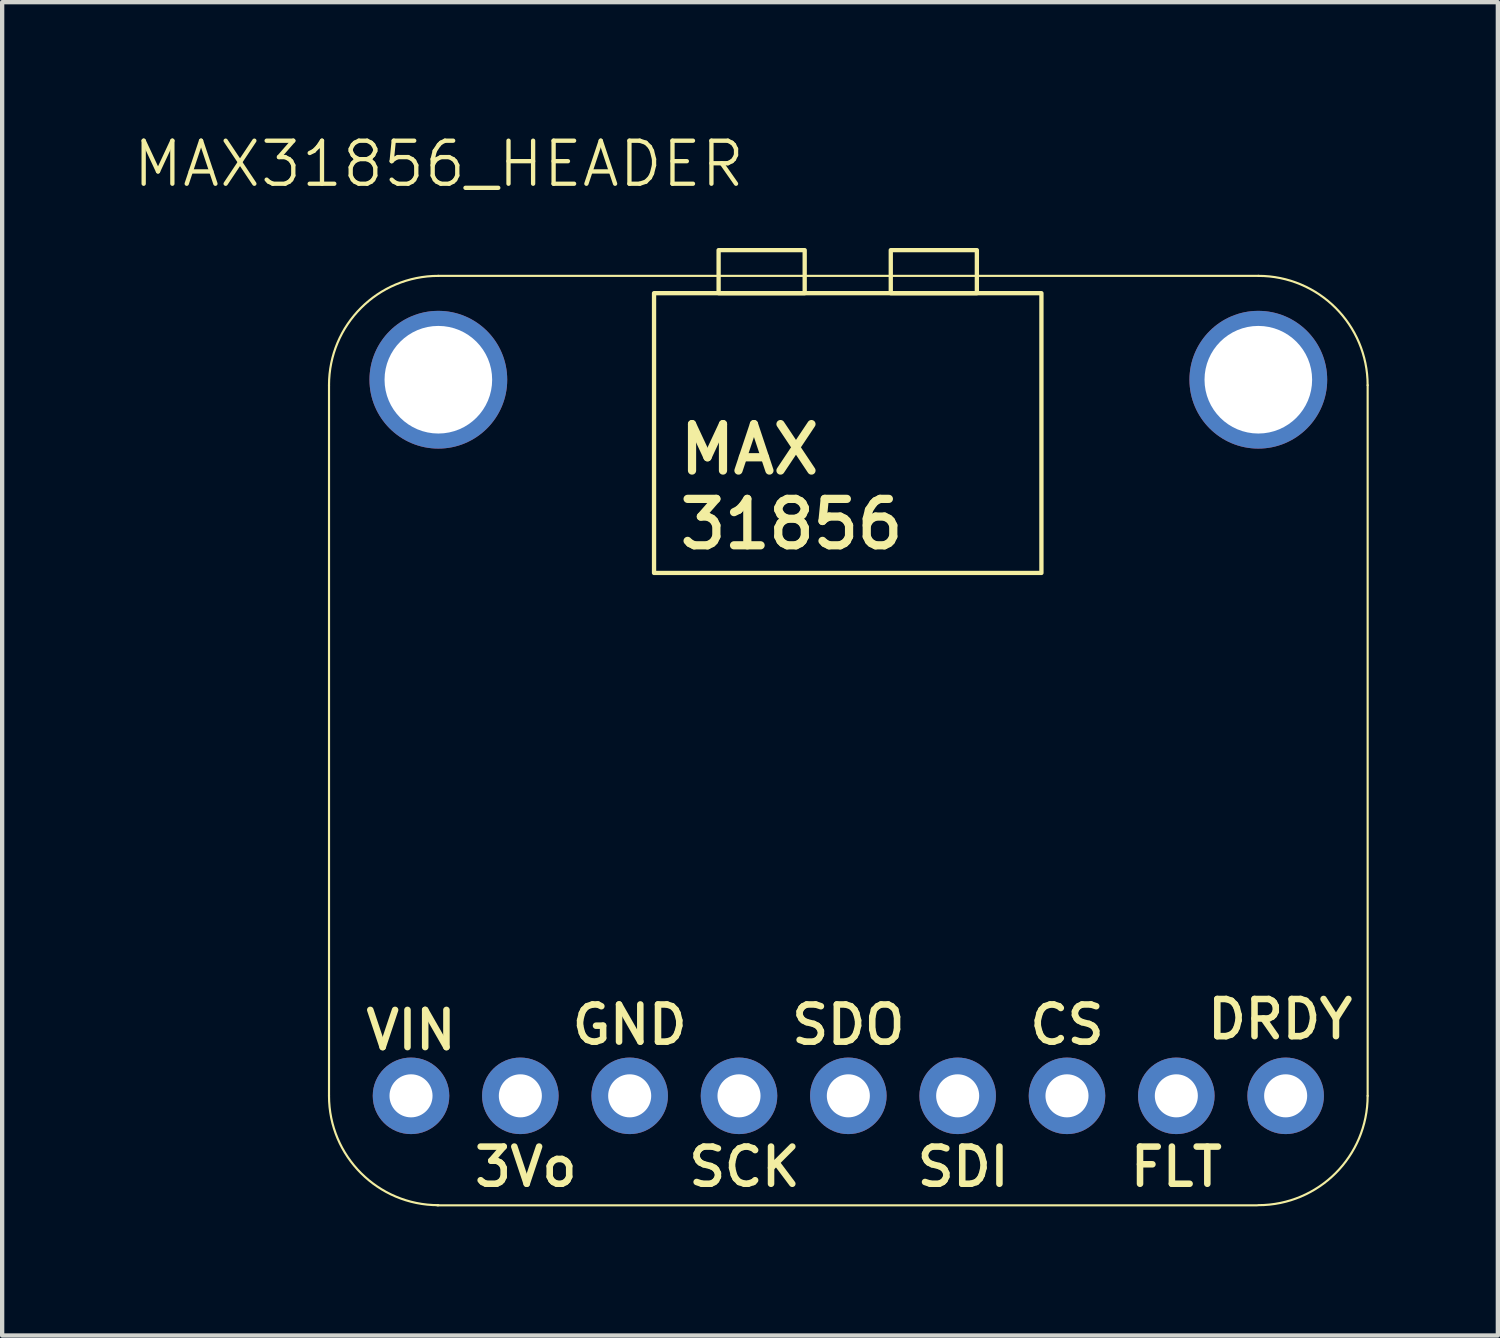
<source format=kicad_pcb>
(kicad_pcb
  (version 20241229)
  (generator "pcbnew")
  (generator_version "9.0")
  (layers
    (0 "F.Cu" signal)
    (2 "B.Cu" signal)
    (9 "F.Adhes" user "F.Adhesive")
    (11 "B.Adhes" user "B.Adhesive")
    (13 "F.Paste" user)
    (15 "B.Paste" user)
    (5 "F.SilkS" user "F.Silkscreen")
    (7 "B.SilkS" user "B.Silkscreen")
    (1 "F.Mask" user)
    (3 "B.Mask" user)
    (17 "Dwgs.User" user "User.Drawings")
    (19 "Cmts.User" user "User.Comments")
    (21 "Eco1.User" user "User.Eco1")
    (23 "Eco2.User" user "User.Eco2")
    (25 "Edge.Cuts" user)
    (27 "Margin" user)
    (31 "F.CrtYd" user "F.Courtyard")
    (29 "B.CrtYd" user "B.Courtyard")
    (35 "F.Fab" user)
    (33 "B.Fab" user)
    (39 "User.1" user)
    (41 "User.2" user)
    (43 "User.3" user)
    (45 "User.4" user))
  (footprint "MAX31856_HEADER"
    (layer "F.Cu")
    (at 7.145 5.761)
    (property "Reference" "MAX31856_HEADER" (at 0 -5 0) (unlocked yes) (layer "F.SilkS") (effects (font (size 1 1) (thickness 0.1))))
    (attr through_hole)
    (fp_line (start -2.551 16.648) (end -2.551 0.138) (stroke (width 0.05) (type solid)) (layer "F.SilkS"))
    (fp_line (start -0.011 -2.402) (end 19.039 -2.402) (stroke (width 0.05) (type solid)) (layer "F.SilkS"))
    (fp_line (start 19.013 19.192) (end -0.037 19.192) (stroke (width 0.05) (type solid)) (layer "F.SilkS"))
    (fp_line (start 21.579 0.138) (end 21.579 16.648) (stroke (width 0.05) (type solid)) (layer "F.SilkS"))
    (fp_rect (start 5 -2) (end 14 4.5) (stroke (width 0.1) (type default)) (fill no) (layer "F.SilkS"))
    (fp_rect (start 6.5 -3) (end 8.5 -2) (stroke (width 0.1) (type default)) (fill no) (layer "F.SilkS"))
    (fp_rect (start 10.5 -3) (end 12.5 -2) (stroke (width 0.1) (type default)) (fill no) (layer "F.SilkS"))
    (fp_arc (start -2.551314 0.138314) (mid -1.807365 -1.657737) (end -0.011314 -2.401686) (stroke (width 0.05) (type solid)) (layer "F.SilkS"))
    (fp_arc (start -0.011314 19.188314) (mid -1.807365 18.444365) (end -2.551314 16.648314) (stroke (width 0.05) (type solid)) (layer "F.SilkS"))
    (fp_arc (start 19.038686 -2.401686) (mid 20.834741 -1.657741) (end 21.578686 0.138314) (stroke (width 0.05) (type solid)) (layer "F.SilkS"))
    (fp_arc (start 21.578686 16.648314) (mid 20.834736 18.444361) (end 19.038686 19.188314) (stroke (width 0.05) (type solid)) (layer "F.SilkS"))
    (fp_text user "SDI" (at 12.181 18.299 0) (unlocked yes) (layer "F.SilkS") (effects (font (size 0.864 0.864) (thickness 0.152))))
    (fp_text user "GND" (at 4.434 14.997 0) (unlocked yes) (layer "F.SilkS") (effects (font (size 0.864 0.864) (thickness 0.152))))
    (fp_text user "SCK" (at 7.101 18.299 0) (unlocked yes) (layer "F.SilkS") (effects (font (size 0.864 0.864) (thickness 0.152))))
    (fp_text user "CS" (at 14.594 14.997 0) (unlocked yes) (layer "F.SilkS") (effects (font (size 0.864 0.864) (thickness 0.152))))
    (fp_text user "FLT" (at 17.134 18.299 0) (unlocked yes) (layer "F.SilkS") (effects (font (size 0.864 0.864) (thickness 0.152))))
    (fp_text user "VIN" (at -0.646 15.124 0) (unlocked yes) (layer "F.SilkS") (effects (font (size 0.864 0.864) (thickness 0.152))))
    (fp_text user "DRDY" (at 19.547 14.87 0) (unlocked yes) (layer "F.SilkS") (effects (font (size 0.864 0.864) (thickness 0.152))))
    (fp_text user "SDO" (at 9.514 14.997 0) (unlocked yes) (layer "F.SilkS") (effects (font (size 0.864 0.864) (thickness 0.152))))
    (fp_text user "3Vo" (at 2.021 18.299 0) (unlocked yes) (layer "F.SilkS") (effects (font (size 0.864 0.864) (thickness 0.152))))
    (fp_text user "MAX\n31856" (at 5.5 4 0) (unlocked yes) (layer "F.SilkS") (effects (font (size 1.079 1.079) (thickness 0.191)) (justify left bottom)))
    (pad "1" thru_hole circle (at 19.674 16.648 270) (size 1.778 1.778) (drill 1) (layers "*.Cu" "*.Mask"))
    (pad "2" thru_hole circle (at 17.134 16.648 270) (size 1.778 1.778) (drill 1) (layers "*.Cu" "*.Mask"))
    (pad "3" thru_hole circle (at 14.594 16.648 270) (size 1.778 1.778) (drill 1) (layers "*.Cu" "*.Mask"))
    (pad "4" thru_hole circle (at 12.054 16.648 270) (size 1.778 1.778) (drill 1) (layers "*.Cu" "*.Mask"))
    (pad "5" thru_hole circle (at 9.514 16.648 270) (size 1.778 1.778) (drill 1) (layers "*.Cu" "*.Mask"))
    (pad "6" thru_hole circle (at 6.974 16.648 270) (size 1.778 1.778) (drill 1) (layers "*.Cu" "*.Mask"))
    (pad "7" thru_hole circle (at 4.434 16.648 270) (size 1.778 1.778) (drill 1) (layers "*.Cu" "*.Mask"))
    (pad "8" thru_hole circle (at 1.894 16.648 270) (size 1.778 1.778) (drill 1) (layers "*.Cu" "*.Mask"))
    (pad "9" thru_hole circle (at -0.646 16.648 270) (size 1.778 1.778) (drill 1) (layers "*.Cu" "*.Mask"))
    (pad "P$1" thru_hole circle (at -0.011 0.011) (size 3.2 3.2) (drill 2.5) (layers "*.Cu" "*.Mask"))
    (pad "P$1" thru_hole circle (at 19.039 0.011) (size 3.2 3.2) (drill 2.5) (layers "*.Cu" "*.Mask"))
    (zone (net_name "") (layer "F.Cu") (hatch edge 0.5) (connect_pads) (min_thickness 0.25) (filled_areas_thickness no) (keepout (tracks not_allowed) (vias not_allowed) (pads not_allowed) (copperpour not_allowed) (footprints allowed)) (placement (enabled no)) (fill) (polygon (pts (xy 9.15 5.772) (xy 9.13 5.491) (xy 9.072 5.216) (xy 8.976 4.952) (xy 8.844 4.703) (xy 8.678 4.476) (xy 8.483 4.274) (xy 8.261 4.1) (xy 8.018 3.96) (xy 7.757 3.854) (xy 7.484 3.786) (xy 7.204 3.757) (xy 6.923 3.767) (xy 6.646 3.816) (xy 6.379 3.903) (xy 6.126 4.026) (xy 5.893 4.183) (xy 5.684 4.371) (xy 5.503 4.587) (xy 5.354 4.825) (xy 5.24 5.082) (xy 5.162 5.353) (xy 5.123 5.631) (xy 5.123 5.912) (xy 5.162 6.191) (xy 5.24 6.461) (xy 5.354 6.718) (xy 5.503 6.957) (xy 5.684 7.172) (xy 5.893 7.36) (xy 6.126 7.518) (xy 6.379 7.641) (xy 6.646 7.728) (xy 6.923 7.777) (xy 7.204 7.787) (xy 7.484 7.757) (xy 7.757 7.689) (xy 8.018 7.584) (xy 8.261 7.443) (xy 8.483 7.27) (xy 8.678 7.068) (xy 8.844 6.84) (xy 8.976 6.592) (xy 9.072 6.327) (xy 9.13 6.052))) (polygon (pts (xy 7.118 5.772) (xy 7.123 5.783) (xy 7.134 5.788) (xy 7.145 5.783) (xy 7.15 5.772) (xy 7.145 5.761) (xy 7.134 5.756) (xy 7.123 5.761))))
    (zone (net_name "") (layer "F.Cu") (hatch edge 0.5) (connect_pads) (min_thickness 0.25) (filled_areas_thickness no) (keepout (tracks not_allowed) (vias not_allowed) (pads not_allowed) (copperpour not_allowed) (footprints allowed)) (placement (enabled no)) (fill) (polygon (pts (xy 28.2 5.772) (xy 28.18 5.491) (xy 28.122 5.216) (xy 28.026 4.952) (xy 27.894 4.703) (xy 27.728 4.476) (xy 27.533 4.274) (xy 27.311 4.1) (xy 27.068 3.96) (xy 26.807 3.854) (xy 26.534 3.786) (xy 26.254 3.757) (xy 25.973 3.767) (xy 25.696 3.816) (xy 25.429 3.903) (xy 25.176 4.026) (xy 24.943 4.183) (xy 24.734 4.371) (xy 24.553 4.587) (xy 24.404 4.825) (xy 24.29 5.082) (xy 24.212 5.353) (xy 24.173 5.631) (xy 24.173 5.912) (xy 24.212 6.191) (xy 24.29 6.461) (xy 24.404 6.718) (xy 24.553 6.957) (xy 24.734 7.172) (xy 24.943 7.36) (xy 25.176 7.518) (xy 25.429 7.641) (xy 25.696 7.728) (xy 25.973 7.777) (xy 26.254 7.787) (xy 26.534 7.757) (xy 26.807 7.689) (xy 27.068 7.584) (xy 27.311 7.443) (xy 27.533 7.27) (xy 27.728 7.068) (xy 27.894 6.84) (xy 28.026 6.592) (xy 28.122 6.327) (xy 28.18 6.052))) (polygon (pts (xy 26.168 5.772) (xy 26.173 5.783) (xy 26.184 5.788) (xy 26.195 5.783) (xy 26.2 5.772) (xy 26.195 5.761) (xy 26.184 5.756) (xy 26.173 5.761))))
    (zone (net_name "") (layer "B.Cu") (hatch edge 0.5) (connect_pads) (min_thickness 0.25) (filled_areas_thickness no) (keepout (tracks not_allowed) (vias not_allowed) (pads not_allowed) (copperpour not_allowed) (footprints allowed)) (placement (enabled no)) (fill) (polygon (pts (xy 9.15 5.772) (xy 9.13 5.491) (xy 9.072 5.216) (xy 8.976 4.952) (xy 8.844 4.703) (xy 8.678 4.476) (xy 8.483 4.274) (xy 8.261 4.1) (xy 8.018 3.96) (xy 7.757 3.854) (xy 7.484 3.786) (xy 7.204 3.757) (xy 6.923 3.767) (xy 6.646 3.816) (xy 6.379 3.903) (xy 6.126 4.026) (xy 5.893 4.183) (xy 5.684 4.371) (xy 5.503 4.587) (xy 5.354 4.825) (xy 5.24 5.082) (xy 5.162 5.353) (xy 5.123 5.631) (xy 5.123 5.912) (xy 5.162 6.191) (xy 5.24 6.461) (xy 5.354 6.718) (xy 5.503 6.957) (xy 5.684 7.172) (xy 5.893 7.36) (xy 6.126 7.518) (xy 6.379 7.641) (xy 6.646 7.728) (xy 6.923 7.777) (xy 7.204 7.787) (xy 7.484 7.757) (xy 7.757 7.689) (xy 8.018 7.584) (xy 8.261 7.443) (xy 8.483 7.27) (xy 8.678 7.068) (xy 8.844 6.84) (xy 8.976 6.592) (xy 9.072 6.327) (xy 9.13 6.052))) (polygon (pts (xy 7.118 5.772) (xy 7.123 5.783) (xy 7.134 5.788) (xy 7.145 5.783) (xy 7.15 5.772) (xy 7.145 5.761) (xy 7.134 5.756) (xy 7.123 5.761))))
    (zone (net_name "") (layer "B.Cu") (hatch edge 0.5) (connect_pads) (min_thickness 0.25) (filled_areas_thickness no) (keepout (tracks not_allowed) (vias not_allowed) (pads not_allowed) (copperpour not_allowed) (footprints allowed)) (placement (enabled no)) (fill) (polygon (pts (xy 28.2 5.772) (xy 28.18 5.491) (xy 28.122 5.216) (xy 28.026 4.952) (xy 27.894 4.703) (xy 27.728 4.476) (xy 27.533 4.274) (xy 27.311 4.1) (xy 27.068 3.96) (xy 26.807 3.854) (xy 26.534 3.786) (xy 26.254 3.757) (xy 25.973 3.767) (xy 25.696 3.816) (xy 25.429 3.903) (xy 25.176 4.026) (xy 24.943 4.183) (xy 24.734 4.371) (xy 24.553 4.587) (xy 24.404 4.825) (xy 24.29 5.082) (xy 24.212 5.353) (xy 24.173 5.631) (xy 24.173 5.912) (xy 24.212 6.191) (xy 24.29 6.461) (xy 24.404 6.718) (xy 24.553 6.957) (xy 24.734 7.172) (xy 24.943 7.36) (xy 25.176 7.518) (xy 25.429 7.641) (xy 25.696 7.728) (xy 25.973 7.777) (xy 26.254 7.787) (xy 26.534 7.757) (xy 26.807 7.689) (xy 27.068 7.584) (xy 27.311 7.443) (xy 27.533 7.27) (xy 27.728 7.068) (xy 27.894 6.84) (xy 28.026 6.592) (xy 28.122 6.327) (xy 28.18 6.052))) (polygon (pts (xy 26.168 5.772) (xy 26.173 5.783) (xy 26.184 5.788) (xy 26.195 5.783) (xy 26.2 5.772) (xy 26.195 5.761) (xy 26.184 5.756) (xy 26.173 5.761)))))
  (gr_rect
    (start -3 -3)
    (end 31.749 27.977)
    (stroke (width 0.1) (type default))
    (fill no)
    (layer "Edge.Cuts")))
</source>
